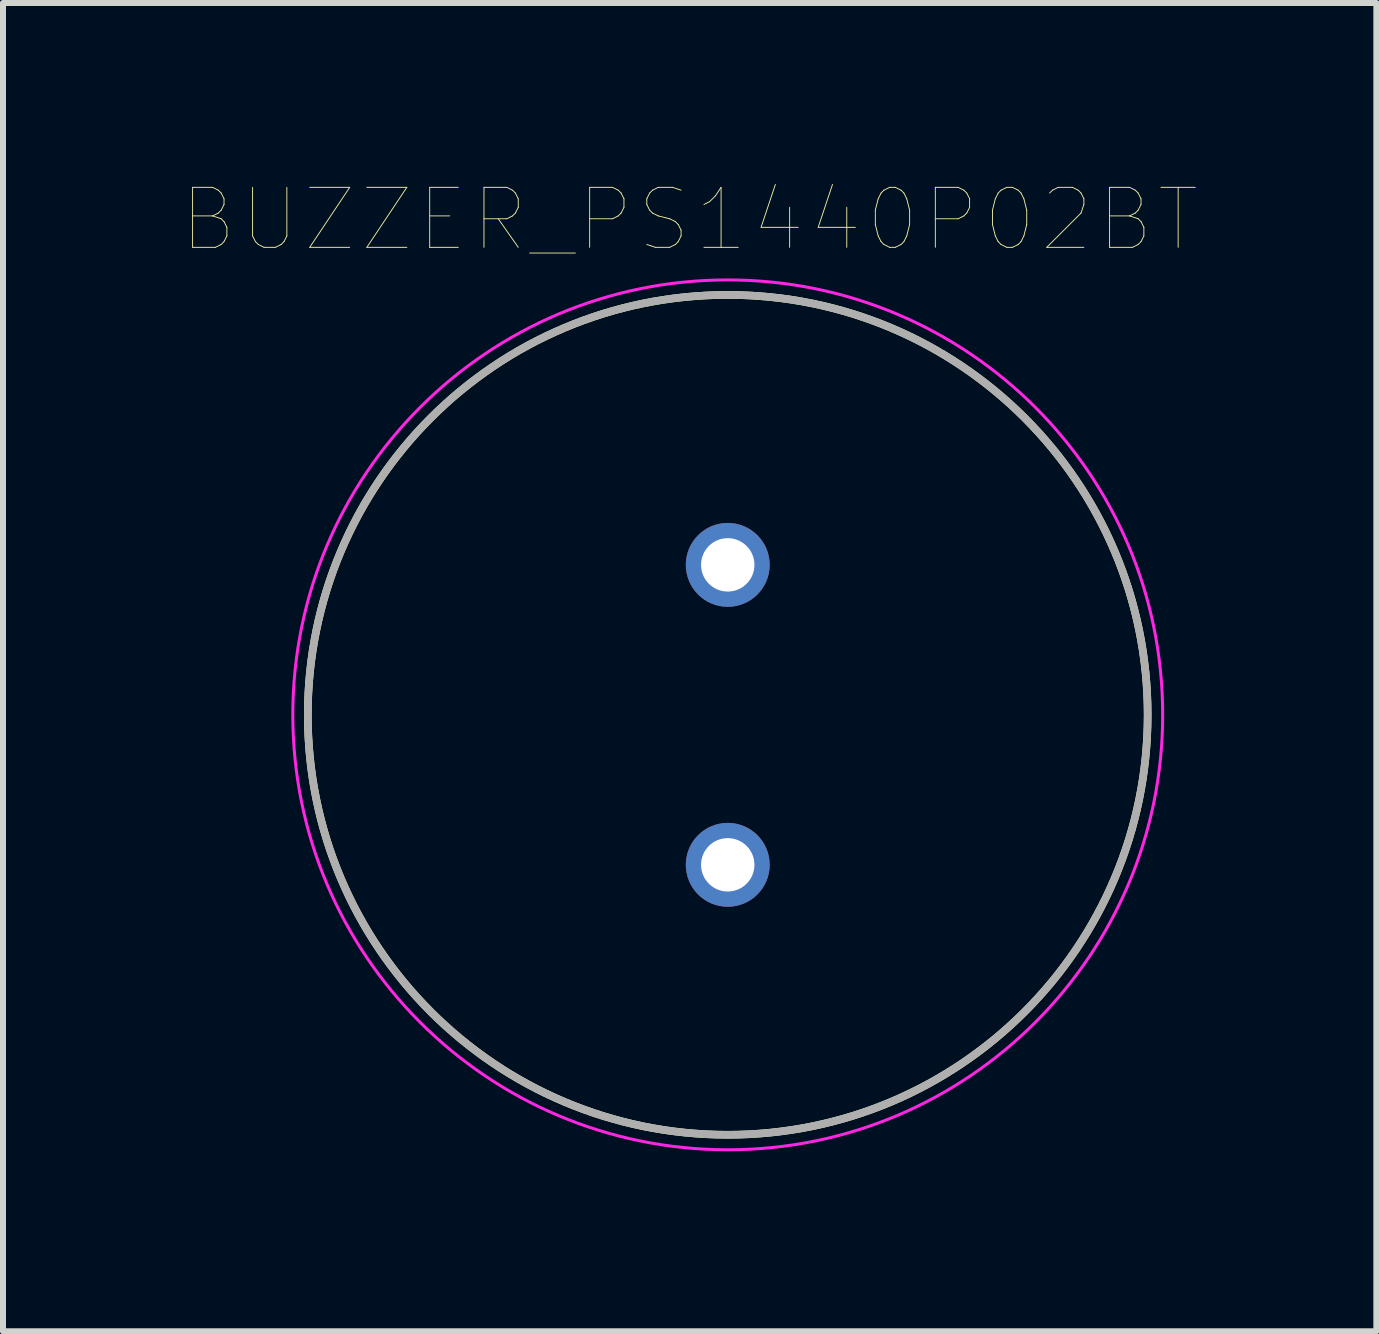
<source format=kicad_pcb>
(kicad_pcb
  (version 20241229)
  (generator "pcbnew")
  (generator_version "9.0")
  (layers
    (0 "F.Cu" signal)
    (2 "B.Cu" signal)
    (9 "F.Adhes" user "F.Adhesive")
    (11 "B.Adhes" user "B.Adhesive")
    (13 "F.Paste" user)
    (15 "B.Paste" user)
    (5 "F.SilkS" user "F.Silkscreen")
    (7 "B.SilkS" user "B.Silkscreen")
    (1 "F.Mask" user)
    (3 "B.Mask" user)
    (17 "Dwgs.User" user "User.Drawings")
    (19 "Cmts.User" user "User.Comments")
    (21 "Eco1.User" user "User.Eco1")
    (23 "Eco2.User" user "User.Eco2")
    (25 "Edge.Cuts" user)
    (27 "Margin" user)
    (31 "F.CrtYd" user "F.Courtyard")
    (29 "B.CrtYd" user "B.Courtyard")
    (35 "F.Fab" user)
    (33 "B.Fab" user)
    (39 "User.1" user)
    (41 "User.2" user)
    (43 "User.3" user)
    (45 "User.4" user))
  (footprint "BUZZER_PS1440P02BT"
    (layer "F.Cu")
    (at 9.081 8.866)
    (property "Reference" "BUZZER_PS1440P02BT" (at -0.635 -8.255 0) (layer "F.SilkS") (effects (font (size 1 1) (thickness 0.015))))
    (attr through_hole)
    (fp_circle (center 0 0) (end 7 0) (stroke (width 0.127) (type solid)) (fill no) (layer "F.SilkS"))
    (fp_circle (center 0 0) (end 7.25 0) (stroke (width 0.05) (type solid)) (fill no) (layer "F.CrtYd"))
    (fp_circle (center 0 0) (end 7 0) (stroke (width 0.127) (type solid)) (fill no) (layer "F.Fab"))
    (pad "1" thru_hole circle (at 0 -2.5) (size 1.398 1.398) (drill 0.89) (layers "*.Cu" "*.Mask"))
    (pad "2" thru_hole circle (at 0 2.5) (size 1.398 1.398) (drill 0.89) (layers "*.Cu" "*.Mask")))
  (gr_rect
    (start -3 -3)
    (end 19.893 19.141)
    (stroke (width 0.1) (type default))
    (fill no)
    (layer "Edge.Cuts")))
</source>
